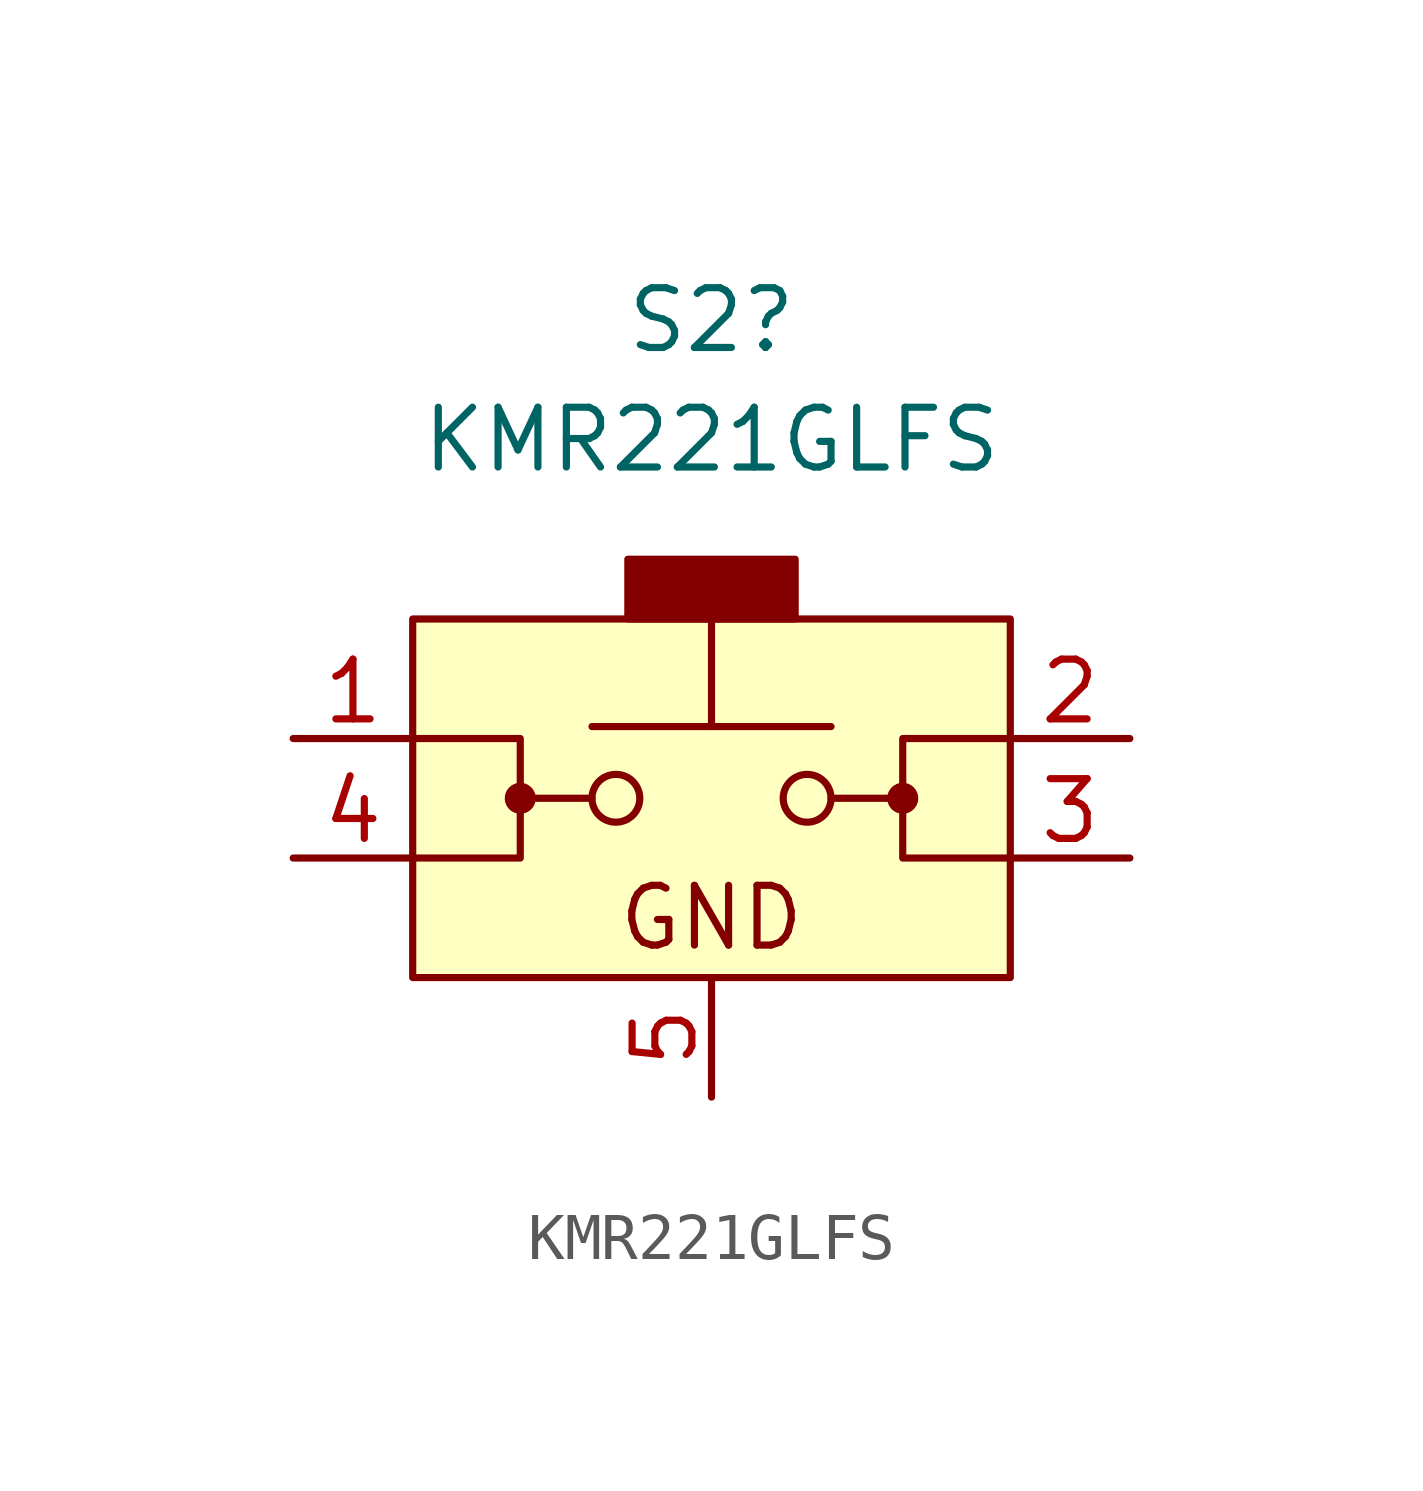
<source format=kicad_sym>
(kicad_symbol_lib
  (version 20231120)
  (generator "kicad_symbol_editor")
  (generator_version "8.0")
  (symbol "KMR221GLFS"
    (pin_names
      (offset 1.016))
    (property "Reference" "S2"
      (at -12.7 -1.27 0)
      (effects (font (size 1.27 1.27))))
    (property "Value" "KMR221GLFS"
      (at -12.7 -3.81 0)
      (effects (font (size 1.27 1.27))))
    (symbol "KMR221GLFS_0_1"
      (rectangle (start -19.05 -7.62) (end -6.35 -15.24) (stroke (width 0) (type default)) (fill (type background)))
      (circle (center -16.764 -11.43) (radius 0.254) (stroke (width 0) (type default)) (fill (type outline)))
      (circle (center -14.732 -11.43) (radius 0.508) (stroke (width 0) (type default)) (fill (type none)))
      (rectangle (start -14.478 -6.35) (end -10.922 -7.62) (stroke (width 0) (type default)) (fill (type outline)))
      (circle (center -10.668 -11.43) (radius 0.508) (stroke (width 0) (type default)) (fill (type none)))
      (circle (center -8.636 -11.43) (radius 0.254) (stroke (width 0) (type default)) (fill (type outline)))
      (polyline (pts (xy -15.24 -9.906) (xy -10.16 -9.906)) (stroke (width 0) (type default)) (fill (type none)))
      (polyline (pts (xy -12.7 -7.62) (xy -12.7 -9.906)) (stroke (width 0) (type default)) (fill (type none)))
      (polyline (pts (xy -16.764 -11.43) (xy -16.764 -12.7) (xy -19.05 -12.7)) (stroke (width 0) (type default)) (fill (type none)))
      (polyline (pts (xy -8.636 -11.43) (xy -8.636 -12.7) (xy -6.35 -12.7)) (stroke (width 0) (type default)) (fill (type none)))
      (polyline (pts (xy -15.24 -11.43) (xy -16.764 -11.43) (xy -16.764 -10.16) (xy -19.05 -10.16)) (stroke (width 0) (type default)) (fill (type none)))
      (polyline (pts (xy -10.16 -11.43) (xy -8.636 -11.43) (xy -8.636 -10.16) (xy -6.35 -10.16)) (stroke (width 0) (type default)) (fill (type none))))
    (symbol "KMR221GLFS_1_1"
      (text "GND" (at -12.7 -13.97 0) (effects (font (size 1.27 1.27))))
      (pin unspecified line (at -21.59 -10.16 0) (length 2.54) (name "" (effects (font (size 1.27 1.27)))) (number "1" (effects (font (size 1.27 1.27)))))
      (pin unspecified line (at -3.81 -10.16 180) (length 2.54) (name "" (effects (font (size 1.27 1.27)))) (number "2" (effects (font (size 1.27 1.27)))))
      (pin unspecified line (at -3.81 -12.7 180) (length 2.54) (name "" (effects (font (size 1.27 1.27)))) (number "3" (effects (font (size 1.27 1.27)))))
      (pin unspecified line (at -21.59 -12.7 0) (length 2.54) (name "" (effects (font (size 1.27 1.27)))) (number "4" (effects (font (size 1.27 1.27)))))
      (pin unspecified line (at -12.7 -17.78 90) (length 2.54) (name "" (effects (font (size 1.27 1.27)))) (number "5" (effects (font (size 1.27 1.27))))))))
</source>
